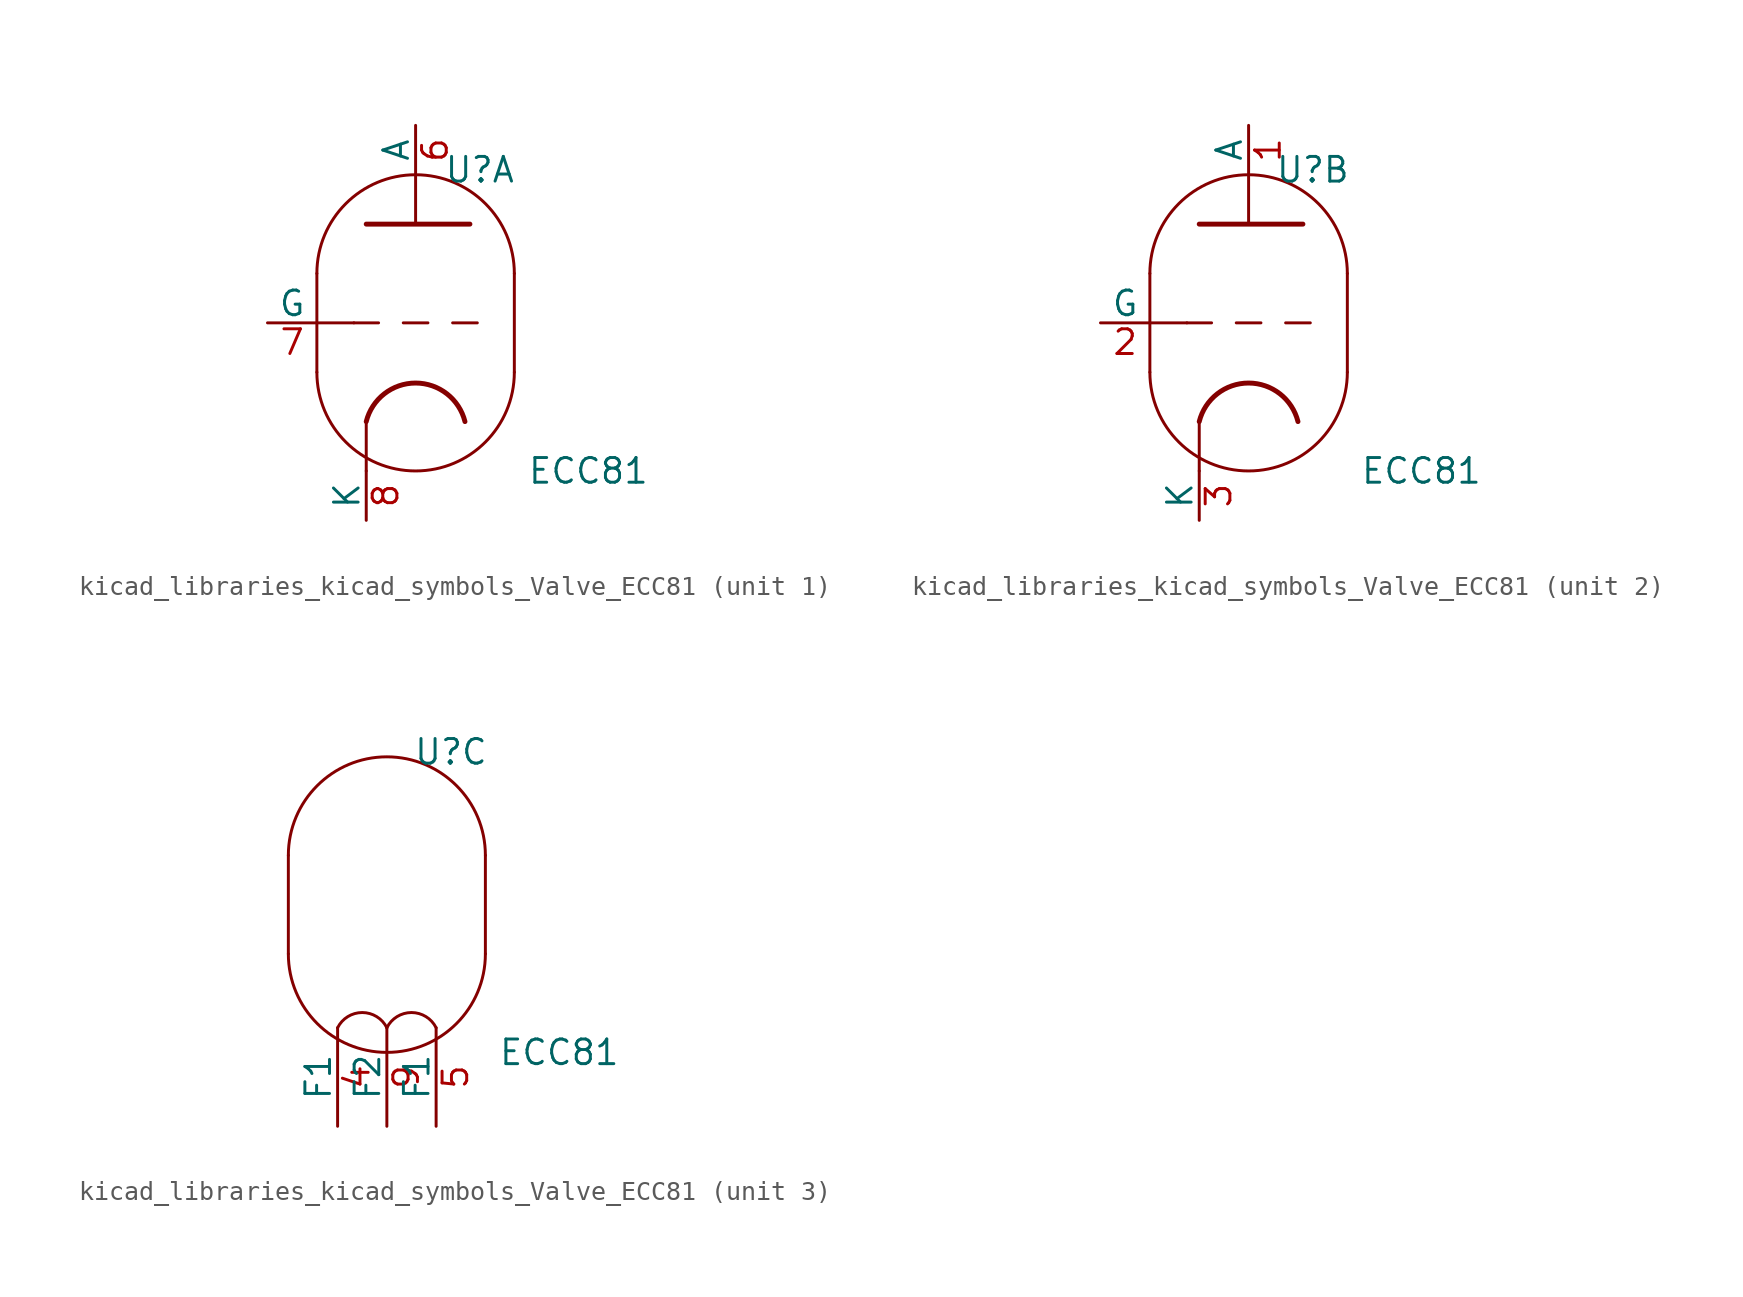
<source format=kicad_sym>
(kicad_symbol_lib
  (version 20220914)
  (generator kicad_symbol_editor)
  (symbol "kicad_libraries_kicad_symbols_Valve_ECC81"
    (pin_names
      (offset 0))
    (property "Reference" "U"
      (at 3.302 7.874 0)
      (effects (font (size 1.27 1.27))))
    (property "Value" "ECC81"
      (at 8.89 -7.62 0)
      (effects (font (size 1.27 1.27))))
    (property "ki_locked" ""
      (at 0 0 0)
      (effects (font (size 1.27 1.27))))
    (symbol "kicad_libraries_kicad_symbols_Valve_ECC81_0_1"
      (arc (start -5.08 -2.54) (mid 0 -7.5979) (end 5.08 -2.54) (stroke (width 0) (type default)) (fill (type none)))
      (polyline (pts (xy 5.08 2.54) (xy 5.08 -2.54)) (stroke (width 0) (type default)) (fill (type none)))
      (polyline (pts (xy -5.08 2.54) (xy -5.08 -2.54) (xy -5.08 -2.54)) (stroke (width 0) (type default)) (fill (type none)))
      (arc (start 5.08 2.54) (mid 0 7.5979) (end -5.08 2.54) (stroke (width 0) (type default)) (fill (type none))))
    (symbol "kicad_libraries_kicad_symbols_Valve_ECC81_1_0"
      (polyline (pts (xy -2.54 -5.08) (xy -2.54 -7.62)) (stroke (width 0) (type default)) (fill (type none)))
      (polyline (pts (xy 0 5.08) (xy 0 7.62)) (stroke (width 0) (type default)) (fill (type none))))
    (symbol "kicad_libraries_kicad_symbols_Valve_ECC81_1_1"
      (polyline (pts (xy -5.08 0) (xy -3.175 0)) (stroke (width 0) (type default)) (fill (type none)))
      (polyline (pts (xy -1.905 0) (xy -3.175 0)) (stroke (width 0.152) (type default)) (fill (type none)))
      (polyline (pts (xy -0.635 0) (xy 0.635 0)) (stroke (width 0.152) (type default)) (fill (type none)))
      (polyline (pts (xy 1.905 0) (xy 3.175 0)) (stroke (width 0.152) (type default)) (fill (type none)))
      (polyline (pts (xy -2.54 5.08) (xy 2.794 5.08) (xy 2.794 5.08)) (stroke (width 0.254) (type default)) (fill (type none)))
      (arc (start 2.54 -5.08) (mid 0 -3.0968) (end -2.54 -5.08) (stroke (width 0.254) (type default)) (fill (type none)))
      (pin output line (at 0 10.16 270) (length 2.54) (name "A" (effects (font (size 1.27 1.27)))) (number "6" (effects (font (size 1.27 1.27)))))
      (pin input line (at -7.62 0 0) (length 2.54) (name "G" (effects (font (size 1.27 1.27)))) (number "7" (effects (font (size 1.27 1.27)))))
      (pin bidirectional line (at -2.54 -10.16 90) (length 2.54) (name "K" (effects (font (size 1.27 1.27)))) (number "8" (effects (font (size 1.27 1.27))))))
    (symbol "kicad_libraries_kicad_symbols_Valve_ECC81_2_0"
      (polyline (pts (xy -2.54 -5.08) (xy -2.54 -7.62)) (stroke (width 0) (type default)) (fill (type none)))
      (polyline (pts (xy 0 5.08) (xy 0 7.62)) (stroke (width 0) (type default)) (fill (type none))))
    (symbol "kicad_libraries_kicad_symbols_Valve_ECC81_2_1"
      (polyline (pts (xy -5.08 0) (xy -3.175 0)) (stroke (width 0) (type default)) (fill (type none)))
      (polyline (pts (xy -1.905 0) (xy -3.175 0)) (stroke (width 0.152) (type default)) (fill (type none)))
      (polyline (pts (xy -0.635 0) (xy 0.635 0)) (stroke (width 0.152) (type default)) (fill (type none)))
      (polyline (pts (xy 1.905 0) (xy 3.175 0)) (stroke (width 0.152) (type default)) (fill (type none)))
      (polyline (pts (xy -2.54 5.08) (xy 2.794 5.08) (xy 2.794 5.08)) (stroke (width 0.254) (type default)) (fill (type none)))
      (arc (start 2.54 -5.08) (mid 0 -3.0968) (end -2.54 -5.08) (stroke (width 0.254) (type default)) (fill (type none)))
      (pin output line (at 0 10.16 270) (length 2.54) (name "A" (effects (font (size 1.27 1.27)))) (number "1" (effects (font (size 1.27 1.27)))))
      (pin input line (at -7.62 0 0) (length 2.54) (name "G" (effects (font (size 1.27 1.27)))) (number "2" (effects (font (size 1.27 1.27)))))
      (pin bidirectional line (at -2.54 -10.16 90) (length 2.54) (name "K" (effects (font (size 1.27 1.27)))) (number "3" (effects (font (size 1.27 1.27))))))
    (symbol "kicad_libraries_kicad_symbols_Valve_ECC81_3_1"
      (arc (start 0 -6.35) (mid -1.27 -5.5651) (end -2.54 -6.35) (stroke (width 0) (type default)) (fill (type none)))
      (arc (start 2.54 -6.35) (mid 1.27 -5.5651) (end 0 -6.35) (stroke (width 0) (type default)) (fill (type none)))
      (pin power_in line (at -2.54 -11.43 90) (length 5.08) (name "F1" (effects (font (size 1.27 1.27)))) (number "4" (effects (font (size 1.27 1.27)))))
      (pin power_in line (at 2.54 -11.43 90) (length 5.08) (name "F1" (effects (font (size 1.27 1.27)))) (number "5" (effects (font (size 1.27 1.27)))))
      (pin power_in line (at 0 -11.43 90) (length 5.08) (name "F2" (effects (font (size 1.27 1.27)))) (number "9" (effects (font (size 1.27 1.27))))))))
</source>
